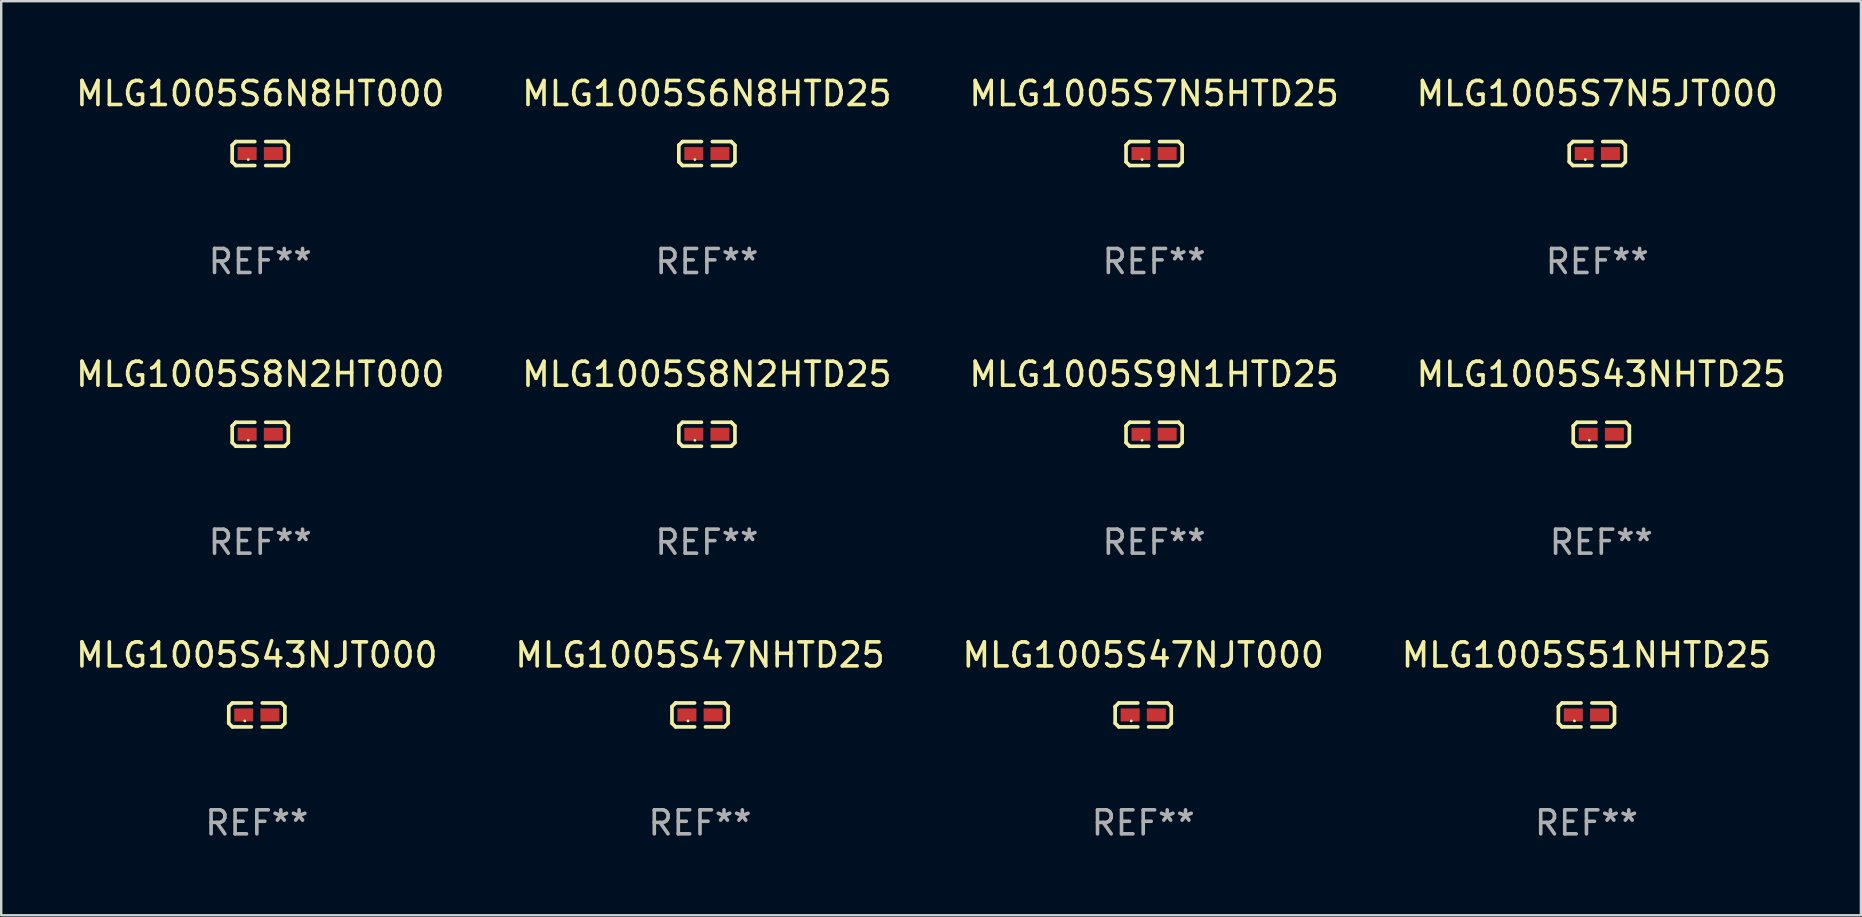
<source format=kicad_pcb>
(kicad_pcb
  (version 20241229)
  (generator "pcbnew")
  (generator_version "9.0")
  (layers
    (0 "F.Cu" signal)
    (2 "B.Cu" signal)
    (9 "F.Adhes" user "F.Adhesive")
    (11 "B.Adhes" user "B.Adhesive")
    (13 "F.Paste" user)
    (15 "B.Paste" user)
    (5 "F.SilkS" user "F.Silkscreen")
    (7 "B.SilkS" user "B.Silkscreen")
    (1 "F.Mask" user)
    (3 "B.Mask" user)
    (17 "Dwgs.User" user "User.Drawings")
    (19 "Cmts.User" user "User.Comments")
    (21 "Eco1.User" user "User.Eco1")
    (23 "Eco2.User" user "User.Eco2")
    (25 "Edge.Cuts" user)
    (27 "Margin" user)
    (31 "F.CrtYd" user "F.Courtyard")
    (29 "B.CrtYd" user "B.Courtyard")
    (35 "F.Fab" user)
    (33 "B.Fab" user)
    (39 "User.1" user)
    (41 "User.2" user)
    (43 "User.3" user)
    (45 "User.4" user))
  (footprint "MLG1005S43NJT000"
    (layer "F.Cu")
    (at 7.649 26.734)
    (property "Reference" "MLG1005S43NJT000" (at 0 -2.499 0) (layer "F.SilkS") (effects (font (size 1 1) (thickness 0.15))))
    (attr through_hole)
    (fp_line (start -1.169 -0.346) (end -1.016 -0.499) (stroke (width 0.152) (type solid)) (layer "F.SilkS"))
    (fp_line (start -1.169 0.346) (end -1.169 -0.346) (stroke (width 0.152) (type solid)) (layer "F.SilkS"))
    (fp_line (start -1.016 -0.499) (end -0.226 -0.499) (stroke (width 0.152) (type solid)) (layer "F.SilkS"))
    (fp_line (start -1.016 0.499) (end -1.169 0.346) (stroke (width 0.152) (type solid)) (layer "F.SilkS"))
    (fp_line (start -0.226 0.499) (end -1.016 0.499) (stroke (width 0.152) (type solid)) (layer "F.SilkS"))
    (fp_line (start 0.226 0.499) (end 1.016 0.499) (stroke (width 0.152) (type solid)) (layer "F.SilkS"))
    (fp_line (start 1.016 -0.499) (end 0.226 -0.499) (stroke (width 0.152) (type solid)) (layer "F.SilkS"))
    (fp_line (start 1.016 0.499) (end 1.169 0.346) (stroke (width 0.152) (type solid)) (layer "F.SilkS"))
    (fp_line (start 1.169 -0.346) (end 1.016 -0.499) (stroke (width 0.152) (type solid)) (layer "F.SilkS"))
    (fp_line (start 1.169 0.346) (end 1.169 -0.346) (stroke (width 0.152) (type solid)) (layer "F.SilkS"))
    (fp_circle (center -0.5 0.25) (end -0.47 0.25) (stroke (width 0.06) (type solid)) (fill no) (layer "F.SilkS"))
    (fp_text user "REF**" (at 0 4.499 0) (layer "F.Fab") (effects (font (size 1 1) (thickness 0.15))))
    (pad "1" smd rect (at -0.545 0) (size 0.79 0.54) (layers "F.Cu" "F.Mask" "F.Paste"))
    (pad "2" smd rect (at 0.545 0) (size 0.79 0.54) (layers "F.Cu" "F.Mask" "F.Paste")))
  (footprint "MLG1005S7N5JT000"
    (layer "F.Cu")
    (at 63.494 3.347)
    (property "Reference" "MLG1005S7N5JT000" (at 0 -2.499 0) (layer "F.SilkS") (effects (font (size 1 1) (thickness 0.15))))
    (attr through_hole)
    (fp_line (start -1.169 -0.346) (end -1.016 -0.499) (stroke (width 0.152) (type solid)) (layer "F.SilkS"))
    (fp_line (start -1.169 0.346) (end -1.169 -0.346) (stroke (width 0.152) (type solid)) (layer "F.SilkS"))
    (fp_line (start -1.016 -0.499) (end -0.226 -0.499) (stroke (width 0.152) (type solid)) (layer "F.SilkS"))
    (fp_line (start -1.016 0.499) (end -1.169 0.346) (stroke (width 0.152) (type solid)) (layer "F.SilkS"))
    (fp_line (start -0.226 0.499) (end -1.016 0.499) (stroke (width 0.152) (type solid)) (layer "F.SilkS"))
    (fp_line (start 0.226 0.499) (end 1.016 0.499) (stroke (width 0.152) (type solid)) (layer "F.SilkS"))
    (fp_line (start 1.016 -0.499) (end 0.226 -0.499) (stroke (width 0.152) (type solid)) (layer "F.SilkS"))
    (fp_line (start 1.016 0.499) (end 1.169 0.346) (stroke (width 0.152) (type solid)) (layer "F.SilkS"))
    (fp_line (start 1.169 -0.346) (end 1.016 -0.499) (stroke (width 0.152) (type solid)) (layer "F.SilkS"))
    (fp_line (start 1.169 0.346) (end 1.169 -0.346) (stroke (width 0.152) (type solid)) (layer "F.SilkS"))
    (fp_circle (center -0.5 0.25) (end -0.47 0.25) (stroke (width 0.06) (type solid)) (fill no) (layer "F.SilkS"))
    (fp_text user "REF**" (at 0 4.499 0) (layer "F.Fab") (effects (font (size 1 1) (thickness 0.15))))
    (pad "1" smd rect (at -0.545 0) (size 0.79 0.54) (layers "F.Cu" "F.Mask" "F.Paste"))
    (pad "2" smd rect (at 0.545 0) (size 0.79 0.54) (layers "F.Cu" "F.Mask" "F.Paste")))
  (footprint "MLG1005S6N8HTD25"
    (layer "F.Cu")
    (at 26.399 3.347)
    (property "Reference" "MLG1005S6N8HTD25" (at 0 -2.499 0) (layer "F.SilkS") (effects (font (size 1 1) (thickness 0.15))))
    (attr through_hole)
    (fp_line (start -1.169 -0.346) (end -1.016 -0.499) (stroke (width 0.152) (type solid)) (layer "F.SilkS"))
    (fp_line (start -1.169 0.346) (end -1.169 -0.346) (stroke (width 0.152) (type solid)) (layer "F.SilkS"))
    (fp_line (start -1.016 -0.499) (end -0.226 -0.499) (stroke (width 0.152) (type solid)) (layer "F.SilkS"))
    (fp_line (start -1.016 0.499) (end -1.169 0.346) (stroke (width 0.152) (type solid)) (layer "F.SilkS"))
    (fp_line (start -0.226 0.499) (end -1.016 0.499) (stroke (width 0.152) (type solid)) (layer "F.SilkS"))
    (fp_line (start 0.226 0.499) (end 1.016 0.499) (stroke (width 0.152) (type solid)) (layer "F.SilkS"))
    (fp_line (start 1.016 -0.499) (end 0.226 -0.499) (stroke (width 0.152) (type solid)) (layer "F.SilkS"))
    (fp_line (start 1.016 0.499) (end 1.169 0.346) (stroke (width 0.152) (type solid)) (layer "F.SilkS"))
    (fp_line (start 1.169 -0.346) (end 1.016 -0.499) (stroke (width 0.152) (type solid)) (layer "F.SilkS"))
    (fp_line (start 1.169 0.346) (end 1.169 -0.346) (stroke (width 0.152) (type solid)) (layer "F.SilkS"))
    (fp_circle (center -0.5 0.25) (end -0.47 0.25) (stroke (width 0.06) (type solid)) (fill no) (layer "F.SilkS"))
    (fp_text user "REF**" (at 0 4.499 0) (layer "F.Fab") (effects (font (size 1 1) (thickness 0.15))))
    (pad "1" smd rect (at -0.545 0) (size 0.79 0.54) (layers "F.Cu" "F.Mask" "F.Paste"))
    (pad "2" smd rect (at 0.545 0) (size 0.79 0.54) (layers "F.Cu" "F.Mask" "F.Paste")))
  (footprint "MLG1005S9N1HTD25"
    (layer "F.Cu")
    (at 45.03 15.041)
    (property "Reference" "MLG1005S9N1HTD25" (at 0 -2.499 0) (layer "F.SilkS") (effects (font (size 1 1) (thickness 0.15))))
    (attr through_hole)
    (fp_line (start -1.169 -0.346) (end -1.016 -0.499) (stroke (width 0.152) (type solid)) (layer "F.SilkS"))
    (fp_line (start -1.169 0.346) (end -1.169 -0.346) (stroke (width 0.152) (type solid)) (layer "F.SilkS"))
    (fp_line (start -1.016 -0.499) (end -0.226 -0.499) (stroke (width 0.152) (type solid)) (layer "F.SilkS"))
    (fp_line (start -1.016 0.499) (end -1.169 0.346) (stroke (width 0.152) (type solid)) (layer "F.SilkS"))
    (fp_line (start -0.226 0.499) (end -1.016 0.499) (stroke (width 0.152) (type solid)) (layer "F.SilkS"))
    (fp_line (start 0.226 0.499) (end 1.016 0.499) (stroke (width 0.152) (type solid)) (layer "F.SilkS"))
    (fp_line (start 1.016 -0.499) (end 0.226 -0.499) (stroke (width 0.152) (type solid)) (layer "F.SilkS"))
    (fp_line (start 1.016 0.499) (end 1.169 0.346) (stroke (width 0.152) (type solid)) (layer "F.SilkS"))
    (fp_line (start 1.169 -0.346) (end 1.016 -0.499) (stroke (width 0.152) (type solid)) (layer "F.SilkS"))
    (fp_line (start 1.169 0.346) (end 1.169 -0.346) (stroke (width 0.152) (type solid)) (layer "F.SilkS"))
    (fp_circle (center -0.5 0.25) (end -0.47 0.25) (stroke (width 0.06) (type solid)) (fill no) (layer "F.SilkS"))
    (fp_text user "REF**" (at 0 4.499 0) (layer "F.Fab") (effects (font (size 1 1) (thickness 0.15))))
    (pad "1" smd rect (at -0.545 0) (size 0.79 0.54) (layers "F.Cu" "F.Mask" "F.Paste"))
    (pad "2" smd rect (at 0.545 0) (size 0.79 0.54) (layers "F.Cu" "F.Mask" "F.Paste")))
  (footprint "MLG1005S47NJT000"
    (layer "F.Cu")
    (at 44.577 26.734)
    (property "Reference" "MLG1005S47NJT000" (at 0 -2.499 0) (layer "F.SilkS") (effects (font (size 1 1) (thickness 0.15))))
    (attr through_hole)
    (fp_line (start -1.169 -0.346) (end -1.016 -0.499) (stroke (width 0.152) (type solid)) (layer "F.SilkS"))
    (fp_line (start -1.169 0.346) (end -1.169 -0.346) (stroke (width 0.152) (type solid)) (layer "F.SilkS"))
    (fp_line (start -1.016 -0.499) (end -0.226 -0.499) (stroke (width 0.152) (type solid)) (layer "F.SilkS"))
    (fp_line (start -1.016 0.499) (end -1.169 0.346) (stroke (width 0.152) (type solid)) (layer "F.SilkS"))
    (fp_line (start -0.226 0.499) (end -1.016 0.499) (stroke (width 0.152) (type solid)) (layer "F.SilkS"))
    (fp_line (start 0.226 0.499) (end 1.016 0.499) (stroke (width 0.152) (type solid)) (layer "F.SilkS"))
    (fp_line (start 1.016 -0.499) (end 0.226 -0.499) (stroke (width 0.152) (type solid)) (layer "F.SilkS"))
    (fp_line (start 1.016 0.499) (end 1.169 0.346) (stroke (width 0.152) (type solid)) (layer "F.SilkS"))
    (fp_line (start 1.169 -0.346) (end 1.016 -0.499) (stroke (width 0.152) (type solid)) (layer "F.SilkS"))
    (fp_line (start 1.169 0.346) (end 1.169 -0.346) (stroke (width 0.152) (type solid)) (layer "F.SilkS"))
    (fp_circle (center -0.5 0.25) (end -0.47 0.25) (stroke (width 0.06) (type solid)) (fill no) (layer "F.SilkS"))
    (fp_text user "REF**" (at 0 4.499 0) (layer "F.Fab") (effects (font (size 1 1) (thickness 0.15))))
    (pad "1" smd rect (at -0.545 0) (size 0.79 0.54) (layers "F.Cu" "F.Mask" "F.Paste"))
    (pad "2" smd rect (at 0.545 0) (size 0.79 0.54) (layers "F.Cu" "F.Mask" "F.Paste")))
  (footprint "MLG1005S8N2HT000"
    (layer "F.Cu")
    (at 7.792 15.041)
    (property "Reference" "MLG1005S8N2HT000" (at 0 -2.499 0) (layer "F.SilkS") (effects (font (size 1 1) (thickness 0.15))))
    (attr through_hole)
    (fp_line (start -1.169 -0.346) (end -1.016 -0.499) (stroke (width 0.152) (type solid)) (layer "F.SilkS"))
    (fp_line (start -1.169 0.346) (end -1.169 -0.346) (stroke (width 0.152) (type solid)) (layer "F.SilkS"))
    (fp_line (start -1.016 -0.499) (end -0.226 -0.499) (stroke (width 0.152) (type solid)) (layer "F.SilkS"))
    (fp_line (start -1.016 0.499) (end -1.169 0.346) (stroke (width 0.152) (type solid)) (layer "F.SilkS"))
    (fp_line (start -0.226 0.499) (end -1.016 0.499) (stroke (width 0.152) (type solid)) (layer "F.SilkS"))
    (fp_line (start 0.226 0.499) (end 1.016 0.499) (stroke (width 0.152) (type solid)) (layer "F.SilkS"))
    (fp_line (start 1.016 -0.499) (end 0.226 -0.499) (stroke (width 0.152) (type solid)) (layer "F.SilkS"))
    (fp_line (start 1.016 0.499) (end 1.169 0.346) (stroke (width 0.152) (type solid)) (layer "F.SilkS"))
    (fp_line (start 1.169 -0.346) (end 1.016 -0.499) (stroke (width 0.152) (type solid)) (layer "F.SilkS"))
    (fp_line (start 1.169 0.346) (end 1.169 -0.346) (stroke (width 0.152) (type solid)) (layer "F.SilkS"))
    (fp_circle (center -0.5 0.25) (end -0.47 0.25) (stroke (width 0.06) (type solid)) (fill no) (layer "F.SilkS"))
    (fp_text user "REF**" (at 0 4.499 0) (layer "F.Fab") (effects (font (size 1 1) (thickness 0.15))))
    (pad "1" smd rect (at -0.545 0) (size 0.79 0.54) (layers "F.Cu" "F.Mask" "F.Paste"))
    (pad "2" smd rect (at 0.545 0) (size 0.79 0.54) (layers "F.Cu" "F.Mask" "F.Paste")))
  (footprint "MLG1005S7N5HTD25"
    (layer "F.Cu")
    (at 45.03 3.347)
    (property "Reference" "MLG1005S7N5HTD25" (at 0 -2.499 0) (layer "F.SilkS") (effects (font (size 1 1) (thickness 0.15))))
    (attr through_hole)
    (fp_line (start -1.169 -0.346) (end -1.016 -0.499) (stroke (width 0.152) (type solid)) (layer "F.SilkS"))
    (fp_line (start -1.169 0.346) (end -1.169 -0.346) (stroke (width 0.152) (type solid)) (layer "F.SilkS"))
    (fp_line (start -1.016 -0.499) (end -0.226 -0.499) (stroke (width 0.152) (type solid)) (layer "F.SilkS"))
    (fp_line (start -1.016 0.499) (end -1.169 0.346) (stroke (width 0.152) (type solid)) (layer "F.SilkS"))
    (fp_line (start -0.226 0.499) (end -1.016 0.499) (stroke (width 0.152) (type solid)) (layer "F.SilkS"))
    (fp_line (start 0.226 0.499) (end 1.016 0.499) (stroke (width 0.152) (type solid)) (layer "F.SilkS"))
    (fp_line (start 1.016 -0.499) (end 0.226 -0.499) (stroke (width 0.152) (type solid)) (layer "F.SilkS"))
    (fp_line (start 1.016 0.499) (end 1.169 0.346) (stroke (width 0.152) (type solid)) (layer "F.SilkS"))
    (fp_line (start 1.169 -0.346) (end 1.016 -0.499) (stroke (width 0.152) (type solid)) (layer "F.SilkS"))
    (fp_line (start 1.169 0.346) (end 1.169 -0.346) (stroke (width 0.152) (type solid)) (layer "F.SilkS"))
    (fp_circle (center -0.5 0.25) (end -0.47 0.25) (stroke (width 0.06) (type solid)) (fill no) (layer "F.SilkS"))
    (fp_text user "REF**" (at 0 4.499 0) (layer "F.Fab") (effects (font (size 1 1) (thickness 0.15))))
    (pad "1" smd rect (at -0.545 0) (size 0.79 0.54) (layers "F.Cu" "F.Mask" "F.Paste"))
    (pad "2" smd rect (at 0.545 0) (size 0.79 0.54) (layers "F.Cu" "F.Mask" "F.Paste")))
  (footprint "MLG1005S6N8HT000"
    (layer "F.Cu")
    (at 7.792 3.347)
    (property "Reference" "MLG1005S6N8HT000" (at 0 -2.499 0) (layer "F.SilkS") (effects (font (size 1 1) (thickness 0.15))))
    (attr through_hole)
    (fp_line (start -1.169 -0.346) (end -1.016 -0.499) (stroke (width 0.152) (type solid)) (layer "F.SilkS"))
    (fp_line (start -1.169 0.346) (end -1.169 -0.346) (stroke (width 0.152) (type solid)) (layer "F.SilkS"))
    (fp_line (start -1.016 -0.499) (end -0.226 -0.499) (stroke (width 0.152) (type solid)) (layer "F.SilkS"))
    (fp_line (start -1.016 0.499) (end -1.169 0.346) (stroke (width 0.152) (type solid)) (layer "F.SilkS"))
    (fp_line (start -0.226 0.499) (end -1.016 0.499) (stroke (width 0.152) (type solid)) (layer "F.SilkS"))
    (fp_line (start 0.226 0.499) (end 1.016 0.499) (stroke (width 0.152) (type solid)) (layer "F.SilkS"))
    (fp_line (start 1.016 -0.499) (end 0.226 -0.499) (stroke (width 0.152) (type solid)) (layer "F.SilkS"))
    (fp_line (start 1.016 0.499) (end 1.169 0.346) (stroke (width 0.152) (type solid)) (layer "F.SilkS"))
    (fp_line (start 1.169 -0.346) (end 1.016 -0.499) (stroke (width 0.152) (type solid)) (layer "F.SilkS"))
    (fp_line (start 1.169 0.346) (end 1.169 -0.346) (stroke (width 0.152) (type solid)) (layer "F.SilkS"))
    (fp_circle (center -0.5 0.25) (end -0.47 0.25) (stroke (width 0.06) (type solid)) (fill no) (layer "F.SilkS"))
    (fp_text user "REF**" (at 0 4.499 0) (layer "F.Fab") (effects (font (size 1 1) (thickness 0.15))))
    (pad "1" smd rect (at -0.545 0) (size 0.79 0.54) (layers "F.Cu" "F.Mask" "F.Paste"))
    (pad "2" smd rect (at 0.545 0) (size 0.79 0.54) (layers "F.Cu" "F.Mask" "F.Paste")))
  (footprint "MLG1005S51NHTD25"
    (layer "F.Cu")
    (at 63.042 26.734)
    (property "Reference" "MLG1005S51NHTD25" (at 0 -2.499 0) (layer "F.SilkS") (effects (font (size 1 1) (thickness 0.15))))
    (attr through_hole)
    (fp_line (start -1.169 -0.346) (end -1.016 -0.499) (stroke (width 0.152) (type solid)) (layer "F.SilkS"))
    (fp_line (start -1.169 0.346) (end -1.169 -0.346) (stroke (width 0.152) (type solid)) (layer "F.SilkS"))
    (fp_line (start -1.016 -0.499) (end -0.226 -0.499) (stroke (width 0.152) (type solid)) (layer "F.SilkS"))
    (fp_line (start -1.016 0.499) (end -1.169 0.346) (stroke (width 0.152) (type solid)) (layer "F.SilkS"))
    (fp_line (start -0.226 0.499) (end -1.016 0.499) (stroke (width 0.152) (type solid)) (layer "F.SilkS"))
    (fp_line (start 0.226 0.499) (end 1.016 0.499) (stroke (width 0.152) (type solid)) (layer "F.SilkS"))
    (fp_line (start 1.016 -0.499) (end 0.226 -0.499) (stroke (width 0.152) (type solid)) (layer "F.SilkS"))
    (fp_line (start 1.016 0.499) (end 1.169 0.346) (stroke (width 0.152) (type solid)) (layer "F.SilkS"))
    (fp_line (start 1.169 -0.346) (end 1.016 -0.499) (stroke (width 0.152) (type solid)) (layer "F.SilkS"))
    (fp_line (start 1.169 0.346) (end 1.169 -0.346) (stroke (width 0.152) (type solid)) (layer "F.SilkS"))
    (fp_circle (center -0.5 0.25) (end -0.47 0.25) (stroke (width 0.06) (type solid)) (fill no) (layer "F.SilkS"))
    (fp_text user "REF**" (at 0 4.499 0) (layer "F.Fab") (effects (font (size 1 1) (thickness 0.15))))
    (pad "1" smd rect (at -0.545 0) (size 0.79 0.54) (layers "F.Cu" "F.Mask" "F.Paste"))
    (pad "2" smd rect (at 0.545 0) (size 0.79 0.54) (layers "F.Cu" "F.Mask" "F.Paste")))
  (footprint "MLG1005S8N2HTD25"
    (layer "F.Cu")
    (at 26.399 15.041)
    (property "Reference" "MLG1005S8N2HTD25" (at 0 -2.499 0) (layer "F.SilkS") (effects (font (size 1 1) (thickness 0.15))))
    (attr through_hole)
    (fp_line (start -1.169 -0.346) (end -1.016 -0.499) (stroke (width 0.152) (type solid)) (layer "F.SilkS"))
    (fp_line (start -1.169 0.346) (end -1.169 -0.346) (stroke (width 0.152) (type solid)) (layer "F.SilkS"))
    (fp_line (start -1.016 -0.499) (end -0.226 -0.499) (stroke (width 0.152) (type solid)) (layer "F.SilkS"))
    (fp_line (start -1.016 0.499) (end -1.169 0.346) (stroke (width 0.152) (type solid)) (layer "F.SilkS"))
    (fp_line (start -0.226 0.499) (end -1.016 0.499) (stroke (width 0.152) (type solid)) (layer "F.SilkS"))
    (fp_line (start 0.226 0.499) (end 1.016 0.499) (stroke (width 0.152) (type solid)) (layer "F.SilkS"))
    (fp_line (start 1.016 -0.499) (end 0.226 -0.499) (stroke (width 0.152) (type solid)) (layer "F.SilkS"))
    (fp_line (start 1.016 0.499) (end 1.169 0.346) (stroke (width 0.152) (type solid)) (layer "F.SilkS"))
    (fp_line (start 1.169 -0.346) (end 1.016 -0.499) (stroke (width 0.152) (type solid)) (layer "F.SilkS"))
    (fp_line (start 1.169 0.346) (end 1.169 -0.346) (stroke (width 0.152) (type solid)) (layer "F.SilkS"))
    (fp_circle (center -0.5 0.25) (end -0.47 0.25) (stroke (width 0.06) (type solid)) (fill no) (layer "F.SilkS"))
    (fp_text user "REF**" (at 0 4.499 0) (layer "F.Fab") (effects (font (size 1 1) (thickness 0.15))))
    (pad "1" smd rect (at -0.545 0) (size 0.79 0.54) (layers "F.Cu" "F.Mask" "F.Paste"))
    (pad "2" smd rect (at 0.545 0) (size 0.79 0.54) (layers "F.Cu" "F.Mask" "F.Paste")))
  (footprint "MLG1005S43NHTD25"
    (layer "F.Cu")
    (at 63.661 15.041)
    (property "Reference" "MLG1005S43NHTD25" (at 0 -2.499 0) (layer "F.SilkS") (effects (font (size 1 1) (thickness 0.15))))
    (attr through_hole)
    (fp_line (start -1.169 -0.346) (end -1.016 -0.499) (stroke (width 0.152) (type solid)) (layer "F.SilkS"))
    (fp_line (start -1.169 0.346) (end -1.169 -0.346) (stroke (width 0.152) (type solid)) (layer "F.SilkS"))
    (fp_line (start -1.016 -0.499) (end -0.226 -0.499) (stroke (width 0.152) (type solid)) (layer "F.SilkS"))
    (fp_line (start -1.016 0.499) (end -1.169 0.346) (stroke (width 0.152) (type solid)) (layer "F.SilkS"))
    (fp_line (start -0.226 0.499) (end -1.016 0.499) (stroke (width 0.152) (type solid)) (layer "F.SilkS"))
    (fp_line (start 0.226 0.499) (end 1.016 0.499) (stroke (width 0.152) (type solid)) (layer "F.SilkS"))
    (fp_line (start 1.016 -0.499) (end 0.226 -0.499) (stroke (width 0.152) (type solid)) (layer "F.SilkS"))
    (fp_line (start 1.016 0.499) (end 1.169 0.346) (stroke (width 0.152) (type solid)) (layer "F.SilkS"))
    (fp_line (start 1.169 -0.346) (end 1.016 -0.499) (stroke (width 0.152) (type solid)) (layer "F.SilkS"))
    (fp_line (start 1.169 0.346) (end 1.169 -0.346) (stroke (width 0.152) (type solid)) (layer "F.SilkS"))
    (fp_circle (center -0.5 0.25) (end -0.47 0.25) (stroke (width 0.06) (type solid)) (fill no) (layer "F.SilkS"))
    (fp_text user "REF**" (at 0 4.499 0) (layer "F.Fab") (effects (font (size 1 1) (thickness 0.15))))
    (pad "1" smd rect (at -0.545 0) (size 0.79 0.54) (layers "F.Cu" "F.Mask" "F.Paste"))
    (pad "2" smd rect (at 0.545 0) (size 0.79 0.54) (layers "F.Cu" "F.Mask" "F.Paste")))
  (footprint "MLG1005S47NHTD25"
    (layer "F.Cu")
    (at 26.113 26.734)
    (property "Reference" "MLG1005S47NHTD25" (at 0 -2.499 0) (layer "F.SilkS") (effects (font (size 1 1) (thickness 0.15))))
    (attr through_hole)
    (fp_line (start -1.169 -0.346) (end -1.016 -0.499) (stroke (width 0.152) (type solid)) (layer "F.SilkS"))
    (fp_line (start -1.169 0.346) (end -1.169 -0.346) (stroke (width 0.152) (type solid)) (layer "F.SilkS"))
    (fp_line (start -1.016 -0.499) (end -0.226 -0.499) (stroke (width 0.152) (type solid)) (layer "F.SilkS"))
    (fp_line (start -1.016 0.499) (end -1.169 0.346) (stroke (width 0.152) (type solid)) (layer "F.SilkS"))
    (fp_line (start -0.226 0.499) (end -1.016 0.499) (stroke (width 0.152) (type solid)) (layer "F.SilkS"))
    (fp_line (start 0.226 0.499) (end 1.016 0.499) (stroke (width 0.152) (type solid)) (layer "F.SilkS"))
    (fp_line (start 1.016 -0.499) (end 0.226 -0.499) (stroke (width 0.152) (type solid)) (layer "F.SilkS"))
    (fp_line (start 1.016 0.499) (end 1.169 0.346) (stroke (width 0.152) (type solid)) (layer "F.SilkS"))
    (fp_line (start 1.169 -0.346) (end 1.016 -0.499) (stroke (width 0.152) (type solid)) (layer "F.SilkS"))
    (fp_line (start 1.169 0.346) (end 1.169 -0.346) (stroke (width 0.152) (type solid)) (layer "F.SilkS"))
    (fp_circle (center -0.5 0.25) (end -0.47 0.25) (stroke (width 0.06) (type solid)) (fill no) (layer "F.SilkS"))
    (fp_text user "REF**" (at 0 4.499 0) (layer "F.Fab") (effects (font (size 1 1) (thickness 0.15))))
    (pad "1" smd rect (at -0.545 0) (size 0.79 0.54) (layers "F.Cu" "F.Mask" "F.Paste"))
    (pad "2" smd rect (at 0.545 0) (size 0.79 0.54) (layers "F.Cu" "F.Mask" "F.Paste")))
  (gr_rect
    (start -3 -3)
    (end 74.476 35.081)
    (stroke (width 0.1) (type default))
    (fill no)
    (layer "Edge.Cuts")))
</source>
